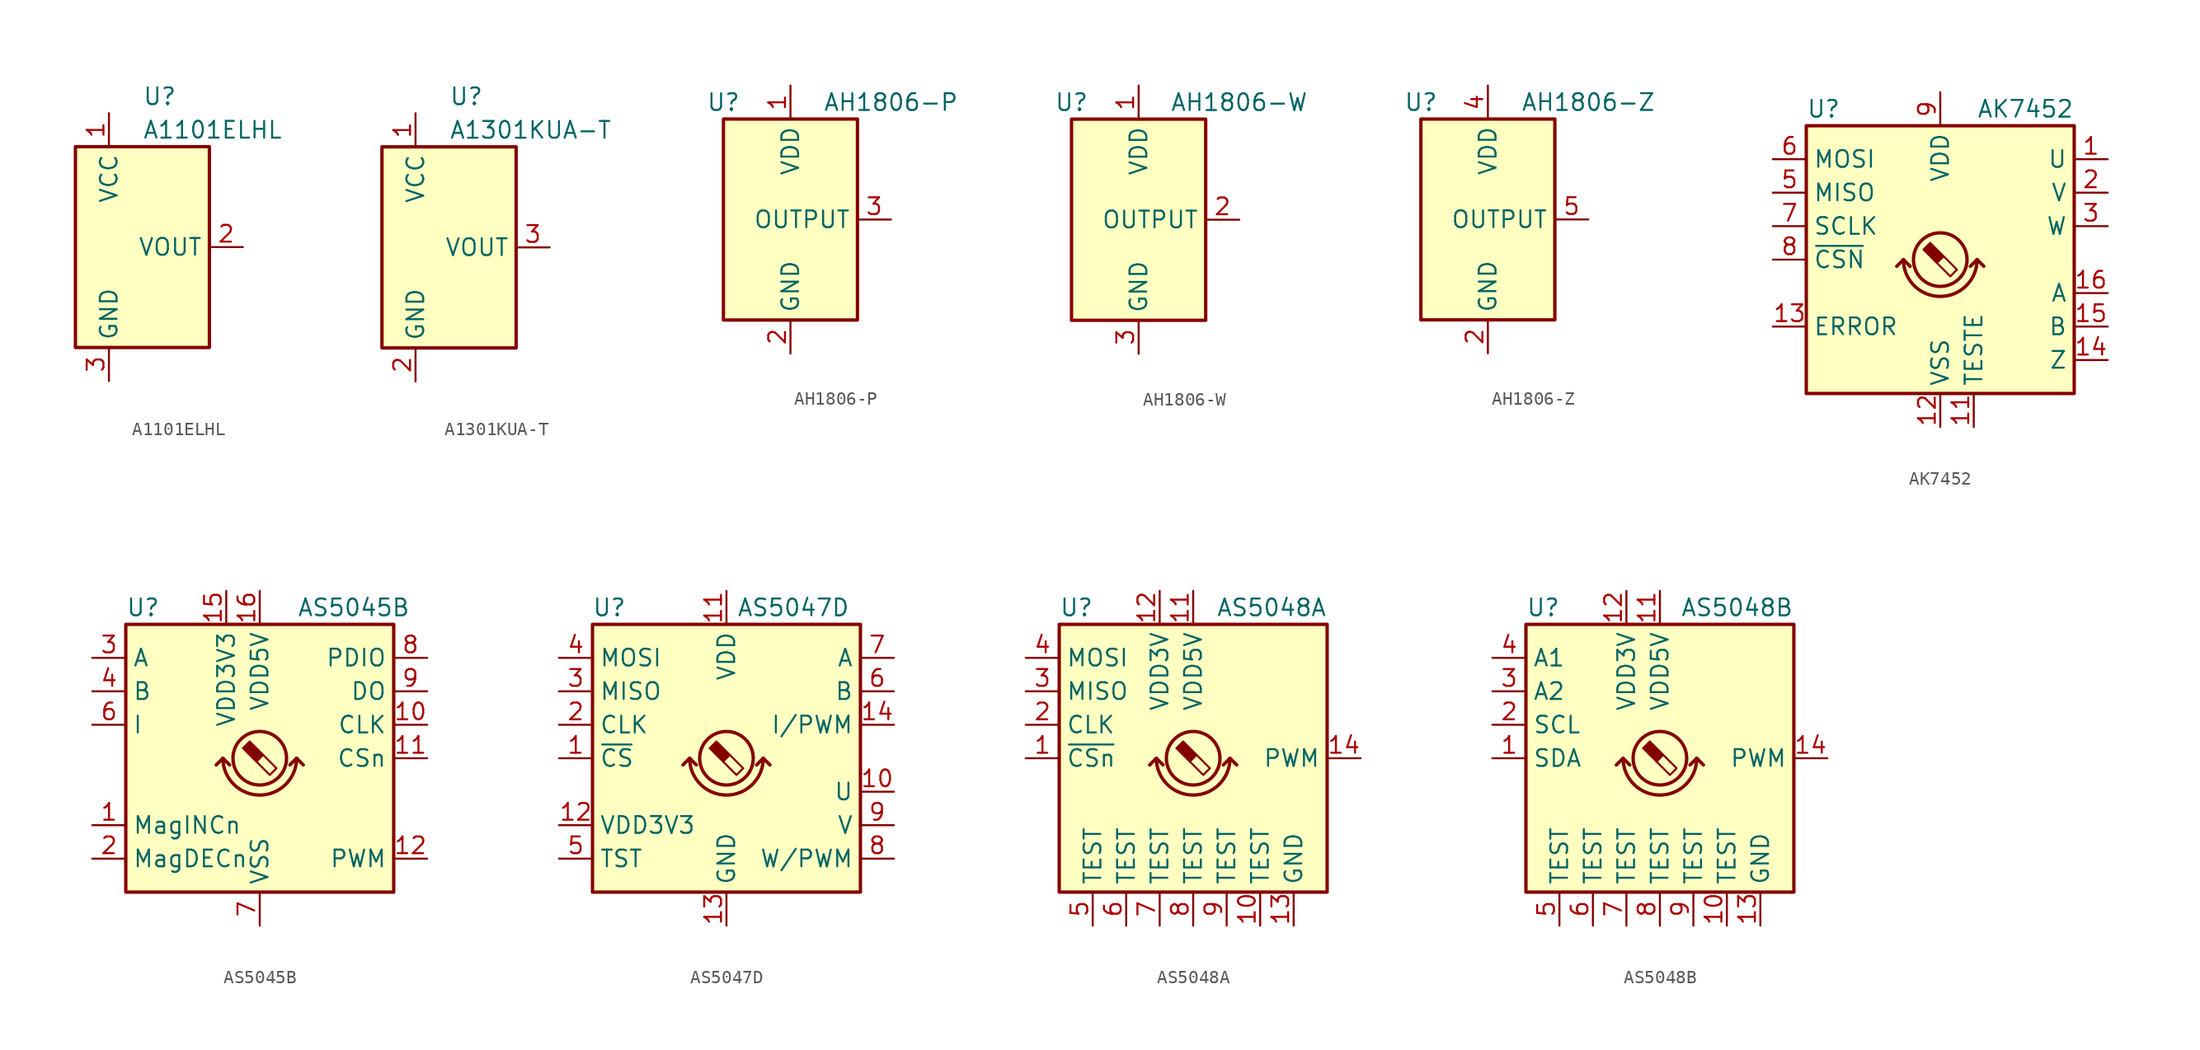
<source format=kicad_sym>
(kicad_symbol_lib
  (version 20201005)
  (generator kicad_symbol_editor)
  (symbol "Sensor_Magnetic:A1101ELHL"
    (property "Reference" "U"
      (at 0 11.43 0)
      (effects (font (size 1.27 1.27)) (justify left)))
    (property "Value" "A1101ELHL"
      (at 0 8.89 0)
      (effects (font (size 1.27 1.27)) (justify left)))
    (symbol "A1101ELHL_0_1"
      (rectangle (start -5.08 7.62) (end 5.08 -7.62) (stroke (width 0.254)) (fill (type background))))
    (symbol "A1101ELHL_1_1"
      (pin power_in line (at -2.54 10.16 270) (length 2.54) (name "VCC" (effects (font (size 1.27 1.27)))) (number "1" (effects (font (size 1.27 1.27)))))
      (pin open_collector line (at 7.62 0 180) (length 2.54) (name "VOUT" (effects (font (size 1.27 1.27)))) (number "2" (effects (font (size 1.27 1.27)))))
      (pin power_in line (at -2.54 -10.16 90) (length 2.54) (name "GND" (effects (font (size 1.27 1.27)))) (number "3" (effects (font (size 1.27 1.27)))))))
  (symbol "Sensor_Magnetic:A1301KUA-T"
    (property "Reference" "U"
      (at 0 11.43 0)
      (effects (font (size 1.27 1.27)) (justify left)))
    (property "Value" "A1301KUA-T"
      (at 0 8.89 0)
      (effects (font (size 1.27 1.27)) (justify left)))
    (symbol "A1301KUA-T_0_1"
      (rectangle (start -5.08 7.62) (end 5.08 -7.62) (stroke (width 0.254)) (fill (type background))))
    (symbol "A1301KUA-T_1_1"
      (pin power_in line (at -2.54 10.16 270) (length 2.54) (name "VCC" (effects (font (size 1.27 1.27)))) (number "1" (effects (font (size 1.27 1.27)))))
      (pin power_in line (at -2.54 -10.16 90) (length 2.54) (name "GND" (effects (font (size 1.27 1.27)))) (number "2" (effects (font (size 1.27 1.27)))))
      (pin output line (at 7.62 0 180) (length 2.54) (name "VOUT" (effects (font (size 1.27 1.27)))) (number "3" (effects (font (size 1.27 1.27)))))))
  (symbol "Sensor_Magnetic:AH1806-P"
    (property "Reference" "U"
      (at -5.08 8.89 0)
      (effects (font (size 1.27 1.27))))
    (property "Value" "AH1806-P"
      (at 7.62 8.89 0)
      (effects (font (size 1.27 1.27))))
    (symbol "AH1806-P_0_1"
      (rectangle (start 5.08 7.62) (end -5.08 -7.62) (stroke (width 0.254)) (fill (type background))))
    (symbol "AH1806-P_1_1"
      (pin power_in line (at 0 10.16 270) (length 2.54) (name "VDD" (effects (font (size 1.27 1.27)))) (number "1" (effects (font (size 1.27 1.27)))))
      (pin power_in line (at 0 -10.16 90) (length 2.54) (name "GND" (effects (font (size 1.27 1.27)))) (number "2" (effects (font (size 1.27 1.27)))))
      (pin open_collector line (at 7.62 0 180) (length 2.54) (name "OUTPUT" (effects (font (size 1.27 1.27)))) (number "3" (effects (font (size 1.27 1.27)))))))
  (symbol "Sensor_Magnetic:AH1806-W"
    (property "Reference" "U"
      (at -5.08 8.89 0)
      (effects (font (size 1.27 1.27))))
    (property "Value" "AH1806-W"
      (at 7.62 8.89 0)
      (effects (font (size 1.27 1.27))))
    (symbol "AH1806-W_0_1"
      (rectangle (start 5.08 7.62) (end -5.08 -7.62) (stroke (width 0.254)) (fill (type background))))
    (symbol "AH1806-W_1_1"
      (pin power_in line (at 0 10.16 270) (length 2.54) (name "VDD" (effects (font (size 1.27 1.27)))) (number "1" (effects (font (size 1.27 1.27)))))
      (pin power_in line (at 0 -10.16 90) (length 2.54) (name "GND" (effects (font (size 1.27 1.27)))) (number "3" (effects (font (size 1.27 1.27)))))
      (pin open_collector line (at 7.62 0 180) (length 2.54) (name "OUTPUT" (effects (font (size 1.27 1.27)))) (number "2" (effects (font (size 1.27 1.27)))))))
  (symbol "Sensor_Magnetic:AH1806-Z"
    (property "Reference" "U"
      (at -5.08 8.89 0)
      (effects (font (size 1.27 1.27))))
    (property "Value" "AH1806-Z"
      (at 7.62 8.89 0)
      (effects (font (size 1.27 1.27))))
    (symbol "AH1806-Z_0_1"
      (rectangle (start 5.08 7.62) (end -5.08 -7.62) (stroke (width 0.254)) (fill (type background))))
    (symbol "AH1806-Z_1_1"
      (pin no_connect line (at 5.08 2.54 180) (length 2.54) hide (name "NC" (effects (font (size 1.27 1.27)))) (number "1" (effects (font (size 1.27 1.27)))))
      (pin power_in line (at 0 -10.16 90) (length 2.54) (name "GND" (effects (font (size 1.27 1.27)))) (number "2" (effects (font (size 1.27 1.27)))))
      (pin no_connect line (at 5.08 -2.54 180) (length 2.54) hide (name "NC" (effects (font (size 1.27 1.27)))) (number "3" (effects (font (size 1.27 1.27)))))
      (pin power_in line (at 0 10.16 270) (length 2.54) (name "VDD" (effects (font (size 1.27 1.27)))) (number "4" (effects (font (size 1.27 1.27)))))
      (pin open_collector line (at 7.62 0 180) (length 2.54) (name "OUTPUT" (effects (font (size 1.27 1.27)))) (number "5" (effects (font (size 1.27 1.27)))))))
  (symbol "Sensor_Magnetic:AK7452"
    (property "Reference" "U"
      (at -10.16 11.43 0)
      (effects (font (size 1.27 1.27)) (justify left)))
    (property "Value" "AK7452"
      (at 10.16 11.43 0)
      (effects (font (size 1.27 1.27)) (justify right)))
    (symbol "AK7452_0_1"
      (arc (start -2.794 0) (end 2.794 0) (radius (at 0 0) (length 2.794) (angles -179.9 -0.1)) (stroke (width 0.254)) (fill (type none)))
      (rectangle (start -10.16 10.16) (end 10.16 -10.16) (stroke (width 0.254)) (fill (type background)))
      (polyline (pts (xy -2.794 0) (xy -3.302 -0.508)) (stroke (width 0.254)) (fill (type none)))
      (polyline (pts (xy -2.794 0) (xy -2.286 -0.508)) (stroke (width 0.254)) (fill (type none)))
      (polyline (pts (xy 2.794 0) (xy 2.286 -0.508)) (stroke (width 0.254)) (fill (type none)))
      (polyline (pts (xy 2.794 0) (xy 3.302 -0.508)) (stroke (width 0.254)) (fill (type none))))
    (symbol "AK7452_1_1"
      (circle (center 0 0) (radius 2.032) (stroke (width 0.254)) (fill (type none)))
      (polyline (pts (xy 0.254 0.254) (xy 1.27 -0.762) (xy 0.762 -1.27) (xy -0.254 -0.254)) (stroke (width 0)) (fill (type none)))
      (polyline (pts (xy -0.762 1.27) (xy 0.254 0.254) (xy -0.254 -0.254) (xy -1.27 0.762) (xy -1.016 1.016) (xy -0.762 1.27) (xy -0.635 1.143)) (stroke (width 0)) (fill (type outline)))
      (pin output line (at 12.7 7.62 180) (length 2.54) (name "U" (effects (font (size 1.27 1.27)))) (number "1" (effects (font (size 1.27 1.27)))))
      (pin no_connect line (at 7.62 -10.16 90) (length 2.54) hide (name "NC" (effects (font (size 1.27 1.27)))) (number "10" (effects (font (size 1.27 1.27)))))
      (pin passive line (at 2.54 -12.7 90) (length 2.54) (name "TESTE" (effects (font (size 1.27 1.27)))) (number "11" (effects (font (size 1.27 1.27)))))
      (pin power_in line (at 0 -12.7 90) (length 2.54) (name "VSS" (effects (font (size 1.27 1.27)))) (number "12" (effects (font (size 1.27 1.27)))))
      (pin output line (at -12.7 -5.08 0) (length 2.54) (name "ERROR" (effects (font (size 1.27 1.27)))) (number "13" (effects (font (size 1.27 1.27)))))
      (pin output line (at 12.7 -7.62 180) (length 2.54) (name "Z" (effects (font (size 1.27 1.27)))) (number "14" (effects (font (size 1.27 1.27)))))
      (pin output line (at 12.7 -5.08 180) (length 2.54) (name "B" (effects (font (size 1.27 1.27)))) (number "15" (effects (font (size 1.27 1.27)))))
      (pin output line (at 12.7 -2.54 180) (length 2.54) (name "A" (effects (font (size 1.27 1.27)))) (number "16" (effects (font (size 1.27 1.27)))))
      (pin output line (at 12.7 5.08 180) (length 2.54) (name "V" (effects (font (size 1.27 1.27)))) (number "2" (effects (font (size 1.27 1.27)))))
      (pin output line (at 12.7 2.54 180) (length 2.54) (name "W" (effects (font (size 1.27 1.27)))) (number "3" (effects (font (size 1.27 1.27)))))
      (pin no_connect line (at 5.08 -10.16 90) (length 2.54) hide (name "NC" (effects (font (size 1.27 1.27)))) (number "4" (effects (font (size 1.27 1.27)))))
      (pin output line (at -12.7 5.08 0) (length 2.54) (name "MISO" (effects (font (size 1.27 1.27)))) (number "5" (effects (font (size 1.27 1.27)))))
      (pin input line (at -12.7 7.62 0) (length 2.54) (name "MOSI" (effects (font (size 1.27 1.27)))) (number "6" (effects (font (size 1.27 1.27)))))
      (pin input line (at -12.7 2.54 0) (length 2.54) (name "SCLK" (effects (font (size 1.27 1.27)))) (number "7" (effects (font (size 1.27 1.27)))))
      (pin input line (at -12.7 0 0) (length 2.54) (name "~CSN" (effects (font (size 1.27 1.27)))) (number "8" (effects (font (size 1.27 1.27)))))
      (pin power_in line (at 0 12.7 270) (length 2.54) (name "VDD" (effects (font (size 1.27 1.27)))) (number "9" (effects (font (size 1.27 1.27)))))))
  (symbol "Sensor_Magnetic:AS5045B"
    (property "Reference" "U"
      (at -10.16 11.43 0)
      (effects (font (size 1.27 1.27)) (justify left)))
    (property "Value" "AS5045B"
      (at 11.43 11.43 0)
      (effects (font (size 1.27 1.27)) (justify right)))
    (symbol "AS5045B_0_1"
      (arc (start -2.794 0) (end 2.794 0) (radius (at 0 0) (length 2.794) (angles -179.9 -0.1)) (stroke (width 0.254)) (fill (type none)))
      (circle (center 0 0) (radius 2.032) (stroke (width 0.254)) (fill (type none)))
      (rectangle (start -10.16 10.16) (end 10.16 -10.16) (stroke (width 0.254)) (fill (type background)))
      (polyline (pts (xy -2.794 0) (xy -3.302 -0.508)) (stroke (width 0.254)) (fill (type none)))
      (polyline (pts (xy -2.794 0) (xy -2.286 -0.508)) (stroke (width 0.254)) (fill (type none)))
      (polyline (pts (xy 2.794 0) (xy 2.286 -0.508)) (stroke (width 0.254)) (fill (type none)))
      (polyline (pts (xy 2.794 0) (xy 3.302 -0.508)) (stroke (width 0.254)) (fill (type none)))
      (polyline (pts (xy 0.254 0.254) (xy 1.27 -0.762) (xy 0.762 -1.27) (xy -0.254 -0.254)) (stroke (width 0)) (fill (type none)))
      (polyline (pts (xy -0.762 1.27) (xy 0.254 0.254) (xy -0.254 -0.254) (xy -1.27 0.762) (xy -1.016 1.016) (xy -0.762 1.27) (xy -0.635 1.143)) (stroke (width 0)) (fill (type outline))))
    (symbol "AS5045B_1_1"
      (pin open_collector line (at -12.7 -5.08 0) (length 2.54) (name "MagINCn" (effects (font (size 1.27 1.27)))) (number "1" (effects (font (size 1.27 1.27)))))
      (pin input line (at 12.7 2.54 180) (length 2.54) (name "CLK" (effects (font (size 1.27 1.27)))) (number "10" (effects (font (size 1.27 1.27)))))
      (pin input line (at 12.7 0 180) (length 2.54) (name "CSn" (effects (font (size 1.27 1.27)))) (number "11" (effects (font (size 1.27 1.27)))))
      (pin output line (at 12.7 -7.62 180) (length 2.54) (name "PWM" (effects (font (size 1.27 1.27)))) (number "12" (effects (font (size 1.27 1.27)))))
      (pin no_connect line (at 10.16 -5.08 180) (length 2.54) hide (name "NC" (effects (font (size 1.27 1.27)))) (number "13" (effects (font (size 1.27 1.27)))))
      (pin no_connect line (at 2.54 -10.16 90) (length 2.54) hide (name "NC" (effects (font (size 1.27 1.27)))) (number "14" (effects (font (size 1.27 1.27)))))
      (pin power_in line (at -2.54 12.7 270) (length 2.54) (name "VDD3V3" (effects (font (size 1.27 1.27)))) (number "15" (effects (font (size 1.27 1.27)))))
      (pin power_in line (at 0 12.7 270) (length 2.54) (name "VDD5V" (effects (font (size 1.27 1.27)))) (number "16" (effects (font (size 1.27 1.27)))))
      (pin open_collector line (at -12.7 -7.62 0) (length 2.54) (name "MagDECn" (effects (font (size 1.27 1.27)))) (number "2" (effects (font (size 1.27 1.27)))))
      (pin output line (at -12.7 7.62 0) (length 2.54) (name "A" (effects (font (size 1.27 1.27)))) (number "3" (effects (font (size 1.27 1.27)))))
      (pin output line (at -12.7 5.08 0) (length 2.54) (name "B" (effects (font (size 1.27 1.27)))) (number "4" (effects (font (size 1.27 1.27)))))
      (pin no_connect line (at 10.16 -2.54 180) (length 2.54) hide (name "NC" (effects (font (size 1.27 1.27)))) (number "5" (effects (font (size 1.27 1.27)))))
      (pin output line (at -12.7 2.54 0) (length 2.54) (name "I" (effects (font (size 1.27 1.27)))) (number "6" (effects (font (size 1.27 1.27)))))
      (pin power_in line (at 0 -12.7 90) (length 2.54) (name "VSS" (effects (font (size 1.27 1.27)))) (number "7" (effects (font (size 1.27 1.27)))))
      (pin input line (at 12.7 7.62 180) (length 2.54) (name "PDIO" (effects (font (size 1.27 1.27)))) (number "8" (effects (font (size 1.27 1.27)))))
      (pin output line (at 12.7 5.08 180) (length 2.54) (name "DO" (effects (font (size 1.27 1.27)))) (number "9" (effects (font (size 1.27 1.27)))))))
  (symbol "Sensor_Magnetic:AS5047D"
    (property "Reference" "U"
      (at -8.89 11.43 0)
      (effects (font (size 1.27 1.27))))
    (property "Value" "AS5047D"
      (at 5.08 11.43 0)
      (effects (font (size 1.27 1.27))))
    (symbol "AS5047D_1_1"
      (arc (start -2.794 0) (end 2.794 0) (radius (at 0 0) (length 2.794) (angles -179.9 -0.1)) (stroke (width 0.254)) (fill (type none)))
      (circle (center 0 0) (radius 2.032) (stroke (width 0.254)) (fill (type none)))
      (rectangle (start -10.16 10.16) (end 10.16 -10.16) (stroke (width 0.254)) (fill (type background)))
      (polyline (pts (xy -2.794 0) (xy -3.302 -0.508)) (stroke (width 0.254)) (fill (type none)))
      (polyline (pts (xy -2.794 0) (xy -2.286 -0.508)) (stroke (width 0.254)) (fill (type none)))
      (polyline (pts (xy 2.794 0) (xy 2.286 -0.508)) (stroke (width 0.254)) (fill (type none)))
      (polyline (pts (xy 2.794 0) (xy 3.302 -0.508)) (stroke (width 0.254)) (fill (type none)))
      (polyline (pts (xy 0.254 0.254) (xy 1.27 -0.762) (xy 0.762 -1.27) (xy -0.254 -0.254)) (stroke (width 0)) (fill (type none)))
      (polyline (pts (xy -0.762 1.27) (xy 0.254 0.254) (xy -0.254 -0.254) (xy -1.27 0.762) (xy -1.016 1.016) (xy -0.762 1.27) (xy -0.635 1.143)) (stroke (width 0)) (fill (type outline)))
      (pin input line (at -12.7 0 0) (length 2.54) (name "~CS" (effects (font (size 1.27 1.27)))) (number "1" (effects (font (size 1.27 1.27)))))
      (pin output line (at 12.7 -2.54 180) (length 2.54) (name "U" (effects (font (size 1.27 1.27)))) (number "10" (effects (font (size 1.27 1.27)))))
      (pin power_in line (at 0 12.7 270) (length 2.54) (name "VDD" (effects (font (size 1.27 1.27)))) (number "11" (effects (font (size 1.27 1.27)))))
      (pin power_out line (at -12.7 -5.08 0) (length 2.54) (name "VDD3V3" (effects (font (size 1.27 1.27)))) (number "12" (effects (font (size 1.27 1.27)))))
      (pin power_in line (at 0 -12.7 90) (length 2.54) (name "GND" (effects (font (size 1.27 1.27)))) (number "13" (effects (font (size 1.27 1.27)))))
      (pin output line (at 12.7 2.54 180) (length 2.54) (name "I/PWM" (effects (font (size 1.27 1.27)))) (number "14" (effects (font (size 1.27 1.27)))))
      (pin input line (at -12.7 2.54 0) (length 2.54) (name "CLK" (effects (font (size 1.27 1.27)))) (number "2" (effects (font (size 1.27 1.27)))))
      (pin output line (at -12.7 5.08 0) (length 2.54) (name "MISO" (effects (font (size 1.27 1.27)))) (number "3" (effects (font (size 1.27 1.27)))))
      (pin input line (at -12.7 7.62 0) (length 2.54) (name "MOSI" (effects (font (size 1.27 1.27)))) (number "4" (effects (font (size 1.27 1.27)))))
      (pin input line (at -12.7 -7.62 0) (length 2.54) (name "TST" (effects (font (size 1.27 1.27)))) (number "5" (effects (font (size 1.27 1.27)))))
      (pin output line (at 12.7 5.08 180) (length 2.54) (name "B" (effects (font (size 1.27 1.27)))) (number "6" (effects (font (size 1.27 1.27)))))
      (pin output line (at 12.7 7.62 180) (length 2.54) (name "A" (effects (font (size 1.27 1.27)))) (number "7" (effects (font (size 1.27 1.27)))))
      (pin output line (at 12.7 -7.62 180) (length 2.54) (name "W/PWM" (effects (font (size 1.27 1.27)))) (number "8" (effects (font (size 1.27 1.27)))))
      (pin output line (at 12.7 -5.08 180) (length 2.54) (name "V" (effects (font (size 1.27 1.27)))) (number "9" (effects (font (size 1.27 1.27)))))))
  (symbol "Sensor_Magnetic:AS5048A"
    (property "Reference" "U"
      (at -10.16 11.43 0)
      (effects (font (size 1.27 1.27)) (justify left)))
    (property "Value" "AS5048A"
      (at 10.16 11.43 0)
      (effects (font (size 1.27 1.27)) (justify right)))
    (symbol "AS5048A_0_1"
      (arc (start -2.794 0) (end 2.794 0) (radius (at 0 0) (length 2.794) (angles -179.9 -0.1)) (stroke (width 0.254)) (fill (type none)))
      (rectangle (start -10.16 10.16) (end 10.16 -10.16) (stroke (width 0.254)) (fill (type background)))
      (polyline (pts (xy -2.794 0) (xy -3.302 -0.508)) (stroke (width 0.254)) (fill (type none)))
      (polyline (pts (xy -2.794 0) (xy -2.286 -0.508)) (stroke (width 0.254)) (fill (type none)))
      (polyline (pts (xy 2.794 0) (xy 2.286 -0.508)) (stroke (width 0.254)) (fill (type none)))
      (polyline (pts (xy 2.794 0) (xy 3.302 -0.508)) (stroke (width 0.254)) (fill (type none))))
    (symbol "AS5048A_1_1"
      (circle (center 0 0) (radius 2.032) (stroke (width 0.254)) (fill (type none)))
      (polyline (pts (xy 0.254 0.254) (xy 1.27 -0.762) (xy 0.762 -1.27) (xy -0.254 -0.254)) (stroke (width 0)) (fill (type none)))
      (polyline (pts (xy -0.762 1.27) (xy 0.254 0.254) (xy -0.254 -0.254) (xy -1.27 0.762) (xy -1.016 1.016) (xy -0.762 1.27) (xy -0.635 1.143)) (stroke (width 0)) (fill (type outline)))
      (pin input line (at -12.7 0 0) (length 2.54) (name "~CSn" (effects (font (size 1.27 1.27)))) (number "1" (effects (font (size 1.27 1.27)))))
      (pin passive line (at 5.08 -12.7 90) (length 2.54) (name "TEST" (effects (font (size 1.27 1.27)))) (number "10" (effects (font (size 1.27 1.27)))))
      (pin power_in line (at 0 12.7 270) (length 2.54) (name "VDD5V" (effects (font (size 1.27 1.27)))) (number "11" (effects (font (size 1.27 1.27)))))
      (pin power_in line (at -2.54 12.7 270) (length 2.54) (name "VDD3V" (effects (font (size 1.27 1.27)))) (number "12" (effects (font (size 1.27 1.27)))))
      (pin power_in line (at 7.62 -12.7 90) (length 2.54) (name "GND" (effects (font (size 1.27 1.27)))) (number "13" (effects (font (size 1.27 1.27)))))
      (pin output line (at 12.7 0 180) (length 2.54) (name "PWM" (effects (font (size 1.27 1.27)))) (number "14" (effects (font (size 1.27 1.27)))))
      (pin input line (at -12.7 2.54 0) (length 2.54) (name "CLK" (effects (font (size 1.27 1.27)))) (number "2" (effects (font (size 1.27 1.27)))))
      (pin output line (at -12.7 5.08 0) (length 2.54) (name "MISO" (effects (font (size 1.27 1.27)))) (number "3" (effects (font (size 1.27 1.27)))))
      (pin input line (at -12.7 7.62 0) (length 2.54) (name "MOSI" (effects (font (size 1.27 1.27)))) (number "4" (effects (font (size 1.27 1.27)))))
      (pin passive line (at -7.62 -12.7 90) (length 2.54) (name "TEST" (effects (font (size 1.27 1.27)))) (number "5" (effects (font (size 1.27 1.27)))))
      (pin passive line (at -5.08 -12.7 90) (length 2.54) (name "TEST" (effects (font (size 1.27 1.27)))) (number "6" (effects (font (size 1.27 1.27)))))
      (pin passive line (at -2.54 -12.7 90) (length 2.54) (name "TEST" (effects (font (size 1.27 1.27)))) (number "7" (effects (font (size 1.27 1.27)))))
      (pin passive line (at 0 -12.7 90) (length 2.54) (name "TEST" (effects (font (size 1.27 1.27)))) (number "8" (effects (font (size 1.27 1.27)))))
      (pin passive line (at 2.54 -12.7 90) (length 2.54) (name "TEST" (effects (font (size 1.27 1.27)))) (number "9" (effects (font (size 1.27 1.27)))))))
  (symbol "Sensor_Magnetic:AS5048B"
    (property "Reference" "U"
      (at -10.16 11.43 0)
      (effects (font (size 1.27 1.27)) (justify left)))
    (property "Value" "AS5048B"
      (at 10.16 11.43 0)
      (effects (font (size 1.27 1.27)) (justify right)))
    (symbol "AS5048B_0_1"
      (arc (start -2.794 0) (end 2.794 0) (radius (at 0 0) (length 2.794) (angles -179.9 -0.1)) (stroke (width 0.254)) (fill (type none)))
      (rectangle (start -10.16 10.16) (end 10.16 -10.16) (stroke (width 0.254)) (fill (type background)))
      (polyline (pts (xy -2.794 0) (xy -3.302 -0.508)) (stroke (width 0.254)) (fill (type none)))
      (polyline (pts (xy -2.794 0) (xy -2.286 -0.508)) (stroke (width 0.254)) (fill (type none)))
      (polyline (pts (xy 2.794 0) (xy 2.286 -0.508)) (stroke (width 0.254)) (fill (type none)))
      (polyline (pts (xy 2.794 0) (xy 3.302 -0.508)) (stroke (width 0.254)) (fill (type none))))
    (symbol "AS5048B_1_1"
      (circle (center 0 0) (radius 2.032) (stroke (width 0.254)) (fill (type none)))
      (polyline (pts (xy 0.254 0.254) (xy 1.27 -0.762) (xy 0.762 -1.27) (xy -0.254 -0.254)) (stroke (width 0)) (fill (type none)))
      (polyline (pts (xy -0.762 1.27) (xy 0.254 0.254) (xy -0.254 -0.254) (xy -1.27 0.762) (xy -1.016 1.016) (xy -0.762 1.27) (xy -0.635 1.143)) (stroke (width 0)) (fill (type outline)))
      (pin bidirectional line (at -12.7 0 0) (length 2.54) (name "SDA" (effects (font (size 1.27 1.27)))) (number "1" (effects (font (size 1.27 1.27)))))
      (pin passive line (at 5.08 -12.7 90) (length 2.54) (name "TEST" (effects (font (size 1.27 1.27)))) (number "10" (effects (font (size 1.27 1.27)))))
      (pin power_in line (at 0 12.7 270) (length 2.54) (name "VDD5V" (effects (font (size 1.27 1.27)))) (number "11" (effects (font (size 1.27 1.27)))))
      (pin power_in line (at -2.54 12.7 270) (length 2.54) (name "VDD3V" (effects (font (size 1.27 1.27)))) (number "12" (effects (font (size 1.27 1.27)))))
      (pin power_in line (at 7.62 -12.7 90) (length 2.54) (name "GND" (effects (font (size 1.27 1.27)))) (number "13" (effects (font (size 1.27 1.27)))))
      (pin output line (at 12.7 0 180) (length 2.54) (name "PWM" (effects (font (size 1.27 1.27)))) (number "14" (effects (font (size 1.27 1.27)))))
      (pin input line (at -12.7 2.54 0) (length 2.54) (name "SCL" (effects (font (size 1.27 1.27)))) (number "2" (effects (font (size 1.27 1.27)))))
      (pin input line (at -12.7 5.08 0) (length 2.54) (name "A2" (effects (font (size 1.27 1.27)))) (number "3" (effects (font (size 1.27 1.27)))))
      (pin input line (at -12.7 7.62 0) (length 2.54) (name "A1" (effects (font (size 1.27 1.27)))) (number "4" (effects (font (size 1.27 1.27)))))
      (pin passive line (at -7.62 -12.7 90) (length 2.54) (name "TEST" (effects (font (size 1.27 1.27)))) (number "5" (effects (font (size 1.27 1.27)))))
      (pin passive line (at -5.08 -12.7 90) (length 2.54) (name "TEST" (effects (font (size 1.27 1.27)))) (number "6" (effects (font (size 1.27 1.27)))))
      (pin passive line (at -2.54 -12.7 90) (length 2.54) (name "TEST" (effects (font (size 1.27 1.27)))) (number "7" (effects (font (size 1.27 1.27)))))
      (pin passive line (at 0 -12.7 90) (length 2.54) (name "TEST" (effects (font (size 1.27 1.27)))) (number "8" (effects (font (size 1.27 1.27)))))
      (pin passive line (at 2.54 -12.7 90) (length 2.54) (name "TEST" (effects (font (size 1.27 1.27)))) (number "9" (effects (font (size 1.27 1.27))))))))
</source>
